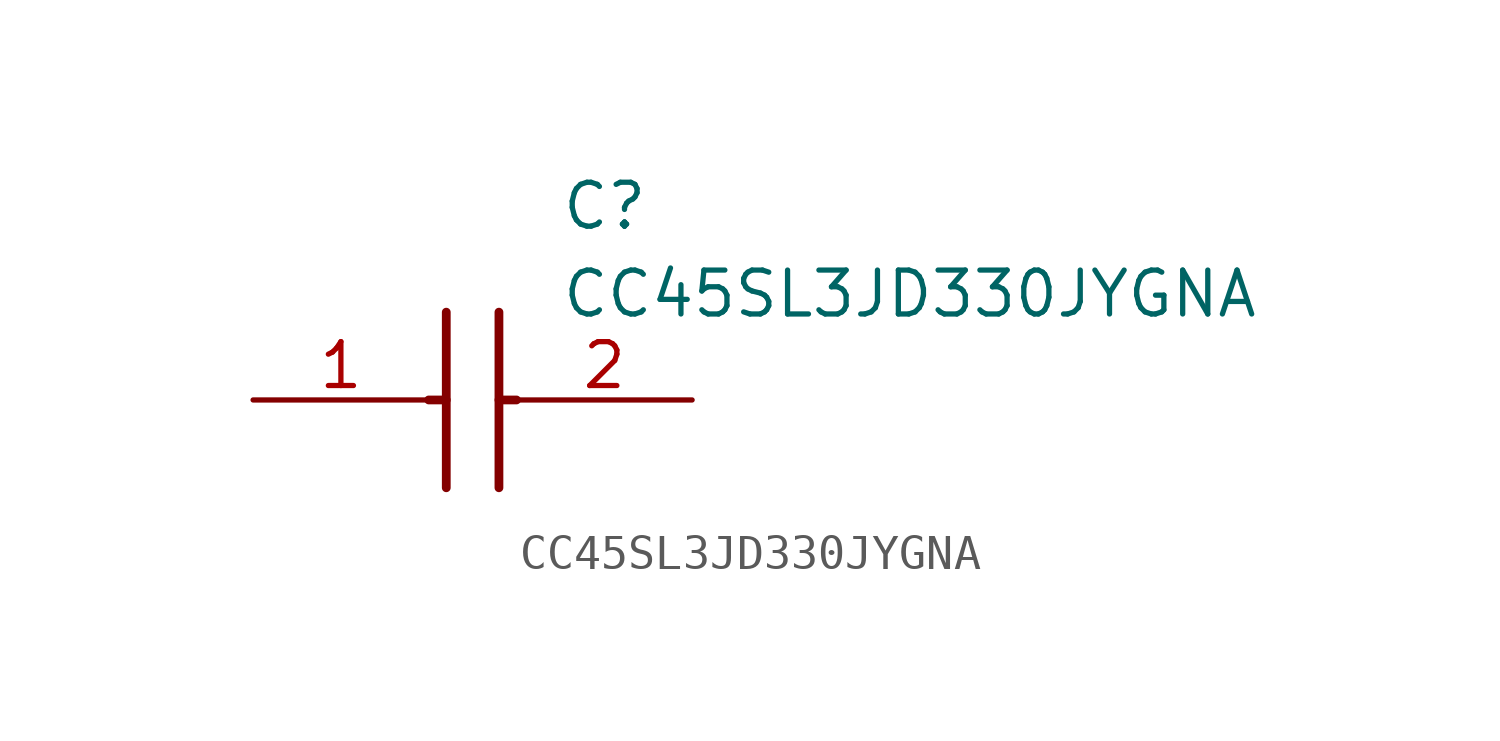
<source format=kicad_sym>
(kicad_symbol_lib
  (version 20211014)
  (generator SamacSys_ECAD_Model)
  (symbol "CC45SL3JD330JYGNA"
    (pin_names hide)
    (property "Reference" "C"
      (at 8.89 6.35 0)
      (effects (font (size 1.27 1.27)) (justify left top)))
    (property "Value" "CC45SL3JD330JYGNA"
      (at 8.89 3.81 0)
      (effects (font (size 1.27 1.27)) (justify left top)))
    (polyline
      (pts (xy 5.588 2.54) (xy 5.588 -2.54))
      (stroke (width 0.254) (type default))
      (fill (type none)))
    (polyline
      (pts (xy 7.112 2.54) (xy 7.112 -2.54))
      (stroke (width 0.254) (type default))
      (fill (type none)))
    (polyline
      (pts (xy 5.08 0) (xy 5.588 0))
      (stroke (width 0.254) (type default))
      (fill (type none)))
    (polyline
      (pts (xy 7.112 0) (xy 7.62 0))
      (stroke (width 0.254) (type default))
      (fill (type none)))
    (pin passive line
      (at 0 0 0)
      (length 5.08)
      (name "1" (effects (font (size 1.27 1.27))))
      (number "1" (effects (font (size 1.27 1.27)))))
    (pin passive line
      (at 12.7 0 180)
      (length 5.08)
      (name "2" (effects (font (size 1.27 1.27))))
      (number "2" (effects (font (size 1.27 1.27)))))))
</source>
